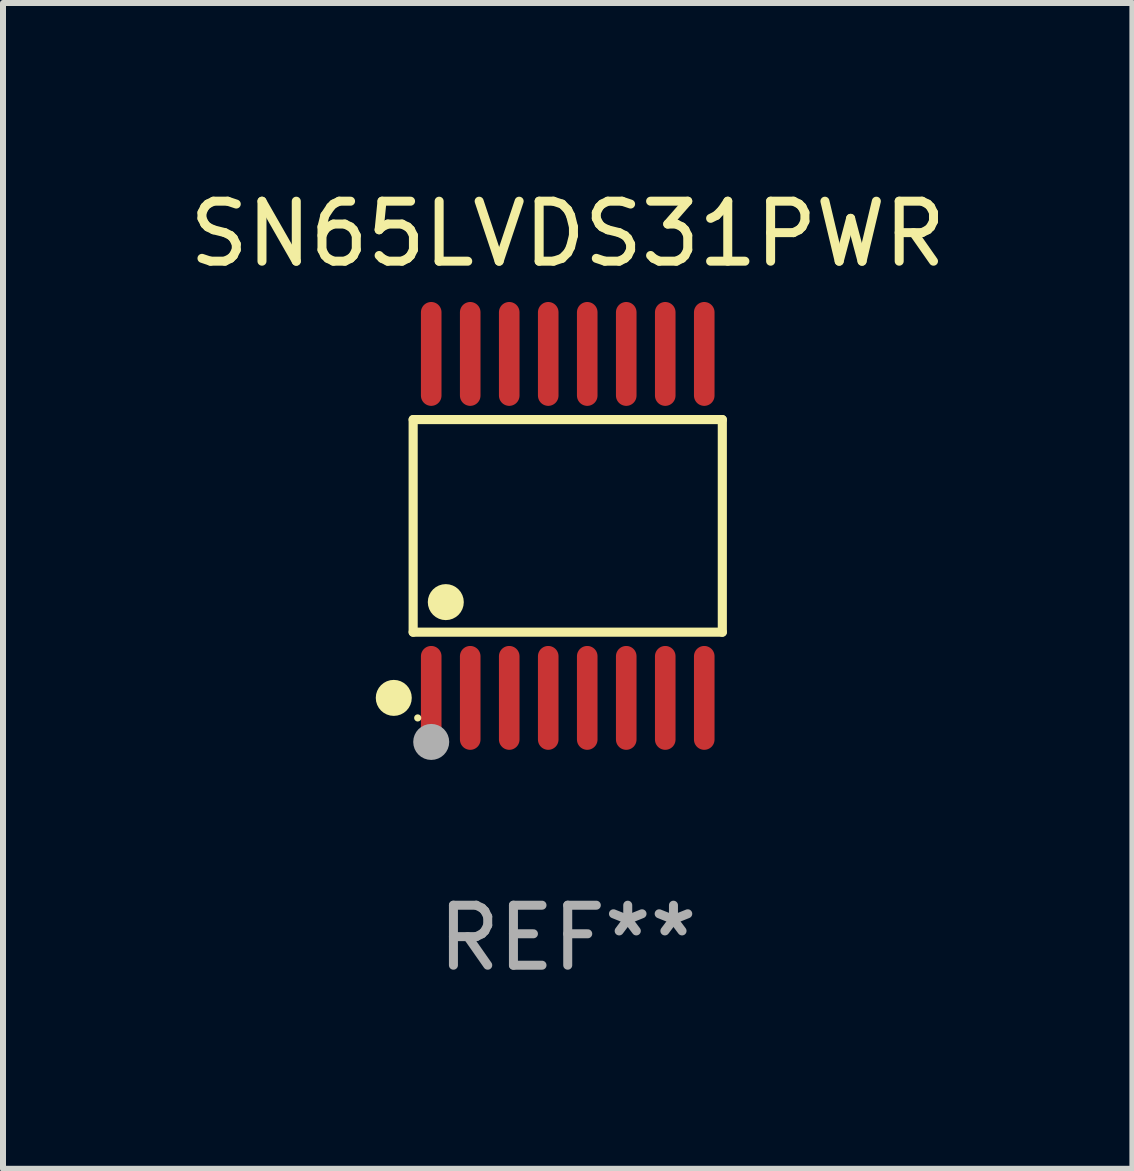
<source format=kicad_pcb>
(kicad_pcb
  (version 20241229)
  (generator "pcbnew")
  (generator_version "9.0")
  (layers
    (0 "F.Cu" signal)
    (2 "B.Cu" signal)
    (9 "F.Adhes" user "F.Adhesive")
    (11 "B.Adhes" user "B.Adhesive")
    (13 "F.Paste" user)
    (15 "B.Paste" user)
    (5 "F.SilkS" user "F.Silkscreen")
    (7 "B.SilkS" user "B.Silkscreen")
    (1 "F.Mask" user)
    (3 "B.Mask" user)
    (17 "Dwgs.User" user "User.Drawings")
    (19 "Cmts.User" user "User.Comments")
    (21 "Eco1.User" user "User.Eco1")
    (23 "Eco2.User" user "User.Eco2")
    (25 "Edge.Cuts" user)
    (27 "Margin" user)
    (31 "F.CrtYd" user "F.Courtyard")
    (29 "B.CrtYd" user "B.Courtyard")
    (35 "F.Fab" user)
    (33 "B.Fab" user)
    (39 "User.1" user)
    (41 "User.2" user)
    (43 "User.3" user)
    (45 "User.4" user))
  (footprint "SN65LVDS31PWR"
    (layer "F.Cu")
    (at 6.411 5.714)
    (property "Reference" "SN65LVDS31PWR" (at 0 -4.866 0) (layer "F.SilkS") (effects (font (size 1 1) (thickness 0.15))))
    (attr through_hole)
    (fp_line (start -2.576 -1.772) (end 2.576 -1.772) (stroke (width 0.152) (type solid)) (layer "F.SilkS"))
    (fp_line (start -2.576 1.771) (end -2.576 -1.772) (stroke (width 0.152) (type solid)) (layer "F.SilkS"))
    (fp_line (start 2.576 -1.772) (end 2.576 1.771) (stroke (width 0.152) (type solid)) (layer "F.SilkS"))
    (fp_line (start 2.576 1.771) (end -2.576 1.771) (stroke (width 0.152) (type solid)) (layer "F.SilkS"))
    (fp_circle (center -2.899 2.866) (end -2.749 2.866) (stroke (width 0.3) (type solid)) (fill no) (layer "F.SilkS"))
    (fp_circle (center -2.5 3.2) (end -2.47 3.2) (stroke (width 0.06) (type solid)) (fill no) (layer "F.SilkS"))
    (fp_circle (center -2.032 1.27) (end -1.882 1.27) (stroke (width 0.3) (type solid)) (fill no) (layer "F.SilkS"))
    (fp_circle (center -2.275 3.6) (end -2.125 3.6) (stroke (width 0.3) (type solid)) (fill no) (layer "F.Fab"))
    (fp_text user "REF**" (at 0 6.866 0) (layer "F.Fab") (effects (font (size 1 1) (thickness 0.15))))
    (pad "1" smd oval (at -2.275 2.866) (size 0.343 1.731) (layers "F.Cu" "F.Mask" "F.Paste"))
    (pad "2" smd oval (at -1.625 2.866) (size 0.343 1.731) (layers "F.Cu" "F.Mask" "F.Paste"))
    (pad "3" smd oval (at -0.975 2.866) (size 0.343 1.731) (layers "F.Cu" "F.Mask" "F.Paste"))
    (pad "4" smd oval (at -0.325 2.866) (size 0.343 1.731) (layers "F.Cu" "F.Mask" "F.Paste"))
    (pad "5" smd oval (at 0.325 2.866) (size 0.343 1.731) (layers "F.Cu" "F.Mask" "F.Paste"))
    (pad "6" smd oval (at 0.975 2.866) (size 0.343 1.731) (layers "F.Cu" "F.Mask" "F.Paste"))
    (pad "7" smd oval (at 1.625 2.866) (size 0.343 1.731) (layers "F.Cu" "F.Mask" "F.Paste"))
    (pad "8" smd oval (at 2.275 2.866) (size 0.343 1.731) (layers "F.Cu" "F.Mask" "F.Paste"))
    (pad "9" smd oval (at 2.275 -2.866) (size 0.343 1.731) (layers "F.Cu" "F.Mask" "F.Paste"))
    (pad "10" smd oval (at 1.625 -2.866) (size 0.343 1.731) (layers "F.Cu" "F.Mask" "F.Paste"))
    (pad "11" smd oval (at 0.975 -2.866) (size 0.343 1.731) (layers "F.Cu" "F.Mask" "F.Paste"))
    (pad "12" smd oval (at 0.325 -2.866) (size 0.343 1.731) (layers "F.Cu" "F.Mask" "F.Paste"))
    (pad "13" smd oval (at -0.325 -2.866) (size 0.343 1.731) (layers "F.Cu" "F.Mask" "F.Paste"))
    (pad "14" smd oval (at -0.975 -2.866) (size 0.343 1.731) (layers "F.Cu" "F.Mask" "F.Paste"))
    (pad "15" smd oval (at -1.625 -2.866) (size 0.343 1.731) (layers "F.Cu" "F.Mask" "F.Paste"))
    (pad "16" smd oval (at -2.275 -2.866) (size 0.343 1.731) (layers "F.Cu" "F.Mask" "F.Paste")))
  (gr_rect
    (start -3 -3)
    (end 15.821 16.428)
    (stroke (width 0.1) (type default))
    (fill no)
    (layer "Edge.Cuts")))
</source>
